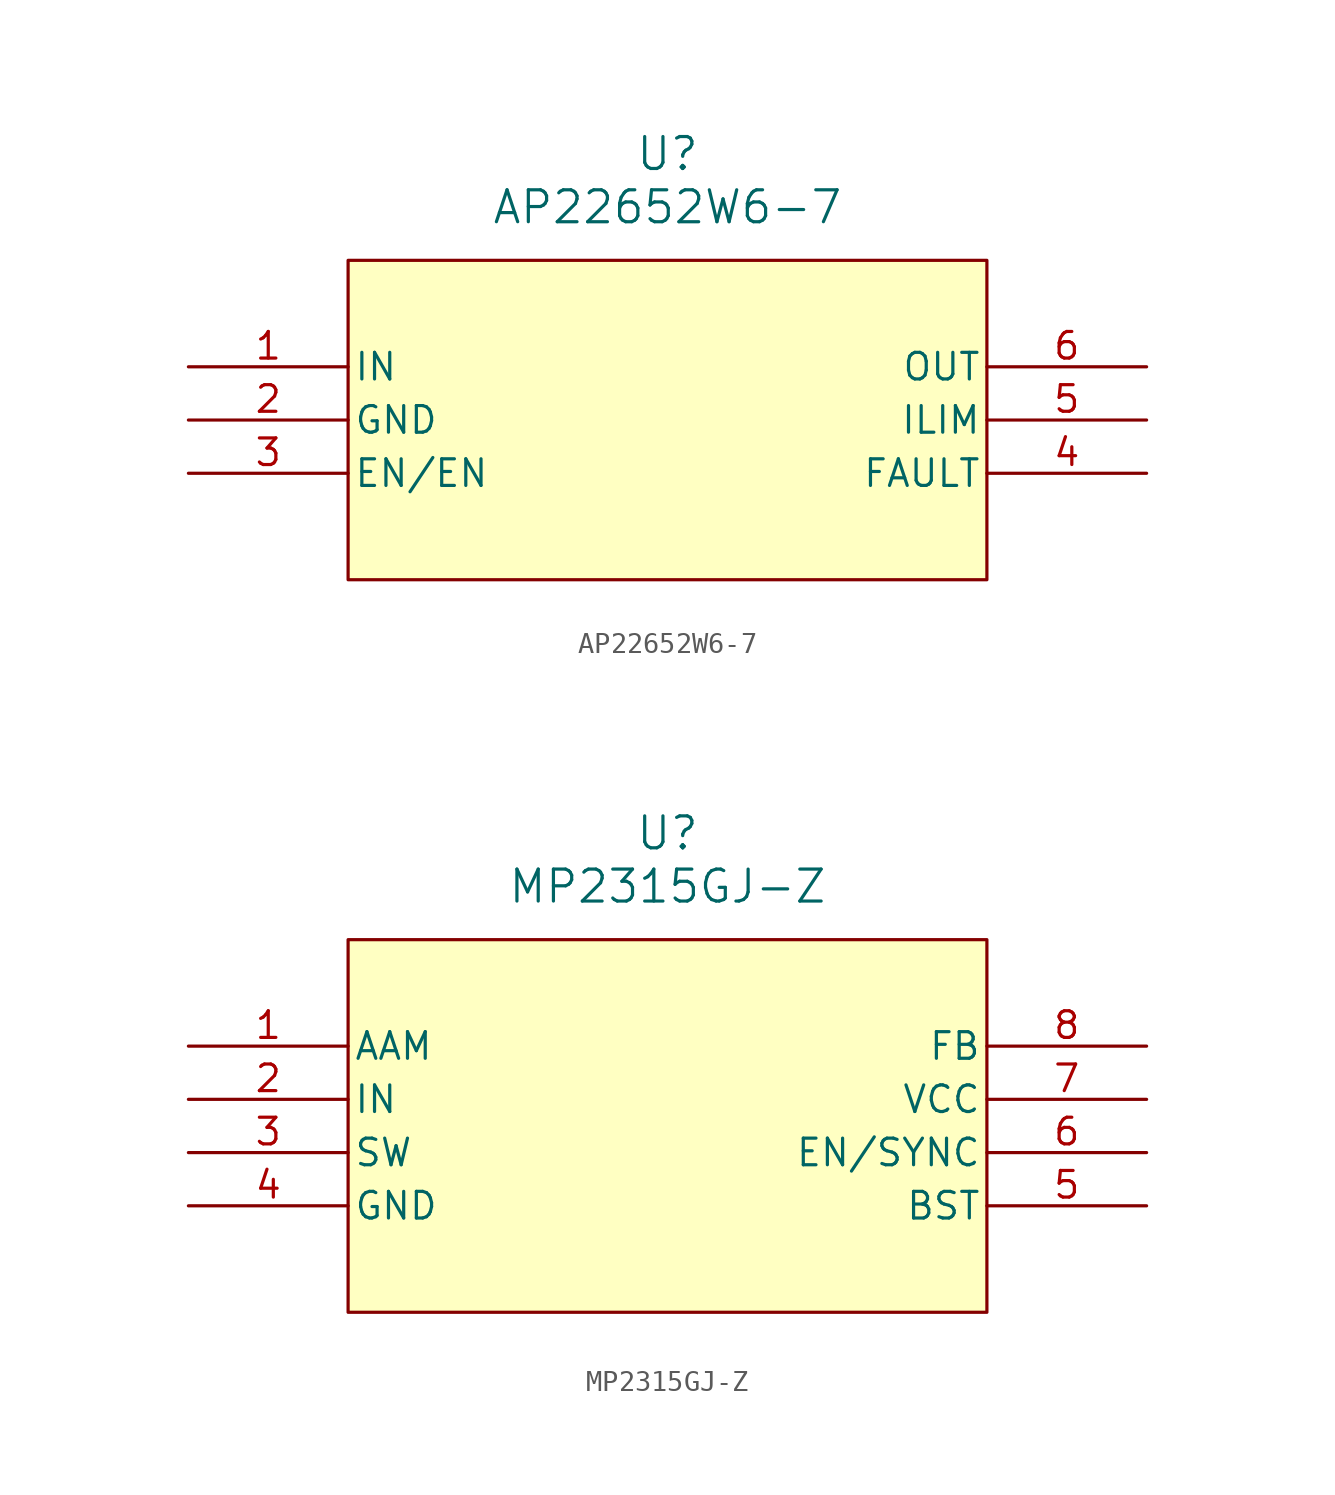
<source format=kicad_sym>
(kicad_symbol_lib
  (version 20241209)
  (generator "kicad_symbol_editor")
  (generator_version "9.0")
  (symbol "AP22652W6-7"
    (pin_names
      (offset 0.254))
    (property "Reference" "U"
      (at 22.86 10.16 0)
      (effects (font (size 1.524 1.524))))
    (property "Value" "AP22652W6-7"
      (at 22.86 7.62 0)
      (effects (font (size 1.524 1.524))))
    (property "ki_locked" ""
      (at 0 0 0)
      (effects (font (size 1.27 1.27))))
    (symbol "AP22652W6-7_0_1"
      (pin unspecified line (at 0 0 0) (length 7.62) (name "IN" (effects (font (size 1.27 1.27)))) (number "1" (effects (font (size 1.27 1.27)))))
      (pin power_out line (at 0 -2.54 0) (length 7.62) (name "GND" (effects (font (size 1.27 1.27)))) (number "2" (effects (font (size 1.27 1.27)))))
      (pin unspecified line (at 0 -5.08 0) (length 7.62) (name "EN/EN" (effects (font (size 1.27 1.27)))) (number "3" (effects (font (size 1.27 1.27)))))
      (pin output line (at 45.72 0 180) (length 7.62) (name "OUT" (effects (font (size 1.27 1.27)))) (number "6" (effects (font (size 1.27 1.27)))))
      (pin unspecified line (at 45.72 -2.54 180) (length 7.62) (name "ILIM" (effects (font (size 1.27 1.27)))) (number "5" (effects (font (size 1.27 1.27)))))
      (pin unspecified line (at 45.72 -5.08 180) (length 7.62) (name "FAULT" (effects (font (size 1.27 1.27)))) (number "4" (effects (font (size 1.27 1.27))))))
    (symbol "AP22652W6-7_1_1"
      (rectangle (start 7.62 5.08) (end 38.1 -10.16) (stroke (width 0) (type solid)) (fill (type background)))))
  (symbol "MP2315GJ-Z"
    (pin_names
      (offset 0.254))
    (property "Reference" "U"
      (at 22.86 10.16 0)
      (effects (font (size 1.524 1.524))))
    (property "Value" "MP2315GJ-Z"
      (at 22.86 7.62 0)
      (effects (font (size 1.524 1.524))))
    (property "ki_locked" ""
      (at 0 0 0)
      (effects (font (size 1.27 1.27))))
    (symbol "MP2315GJ-Z_0_1"
      (pin unspecified line (at 0 0 0) (length 7.62) (name "AAM" (effects (font (size 1.27 1.27)))) (number "1" (effects (font (size 1.27 1.27)))))
      (pin power_in line (at 0 -2.54 0) (length 7.62) (name "IN" (effects (font (size 1.27 1.27)))) (number "2" (effects (font (size 1.27 1.27)))))
      (pin output line (at 0 -5.08 0) (length 7.62) (name "SW" (effects (font (size 1.27 1.27)))) (number "3" (effects (font (size 1.27 1.27)))))
      (pin power_out line (at 0 -7.62 0) (length 7.62) (name "GND" (effects (font (size 1.27 1.27)))) (number "4" (effects (font (size 1.27 1.27)))))
      (pin output line (at 45.72 0 180) (length 7.62) (name "FB" (effects (font (size 1.27 1.27)))) (number "8" (effects (font (size 1.27 1.27)))))
      (pin power_in line (at 45.72 -2.54 180) (length 7.62) (name "VCC" (effects (font (size 1.27 1.27)))) (number "7" (effects (font (size 1.27 1.27)))))
      (pin input line (at 45.72 -5.08 180) (length 7.62) (name "EN/SYNC" (effects (font (size 1.27 1.27)))) (number "6" (effects (font (size 1.27 1.27)))))
      (pin unspecified line (at 45.72 -7.62 180) (length 7.62) (name "BST" (effects (font (size 1.27 1.27)))) (number "5" (effects (font (size 1.27 1.27))))))
    (symbol "MP2315GJ-Z_1_1"
      (rectangle (start 7.62 5.08) (end 38.1 -12.7) (stroke (width 0) (type solid)) (fill (type background))))))
</source>
